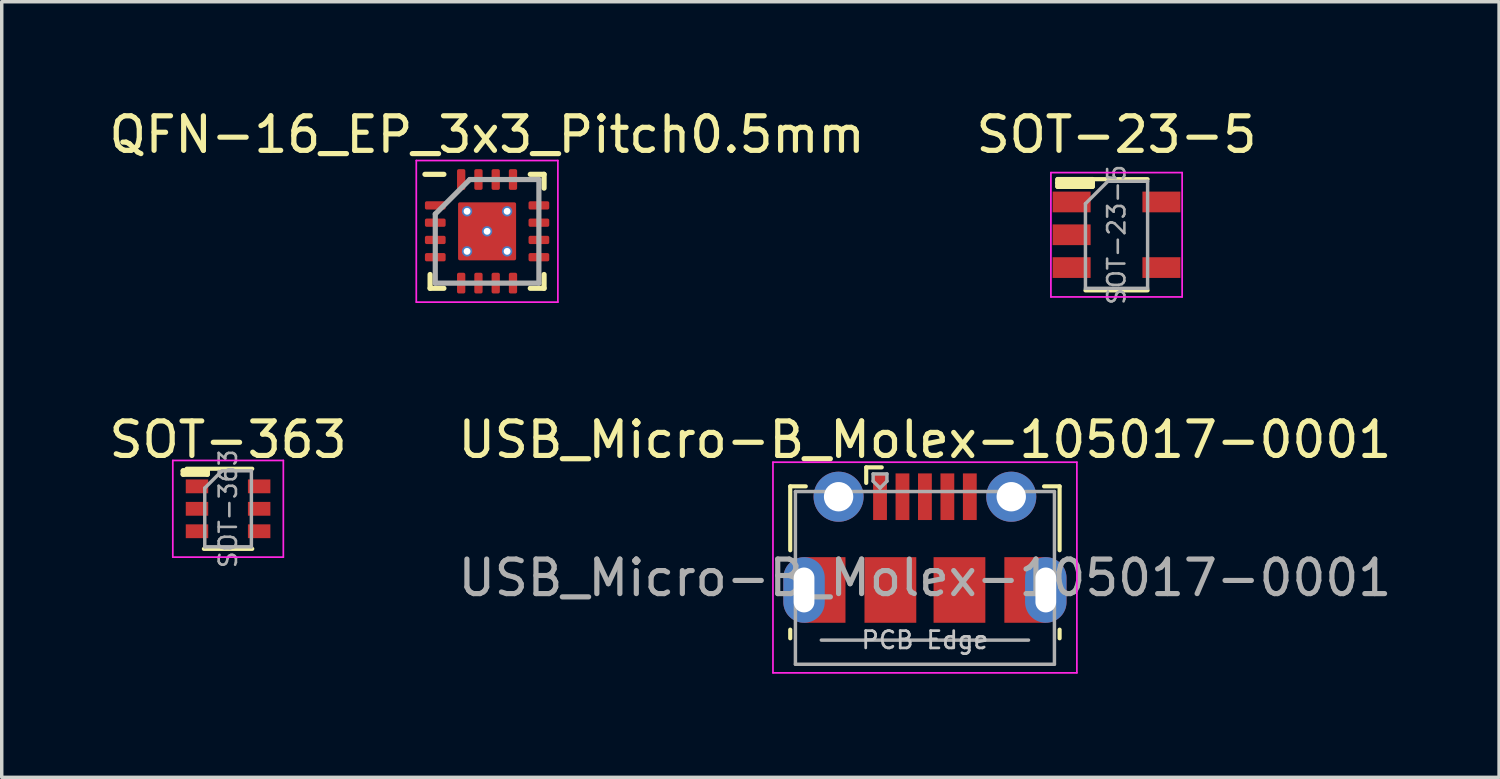
<source format=kicad_pcb>
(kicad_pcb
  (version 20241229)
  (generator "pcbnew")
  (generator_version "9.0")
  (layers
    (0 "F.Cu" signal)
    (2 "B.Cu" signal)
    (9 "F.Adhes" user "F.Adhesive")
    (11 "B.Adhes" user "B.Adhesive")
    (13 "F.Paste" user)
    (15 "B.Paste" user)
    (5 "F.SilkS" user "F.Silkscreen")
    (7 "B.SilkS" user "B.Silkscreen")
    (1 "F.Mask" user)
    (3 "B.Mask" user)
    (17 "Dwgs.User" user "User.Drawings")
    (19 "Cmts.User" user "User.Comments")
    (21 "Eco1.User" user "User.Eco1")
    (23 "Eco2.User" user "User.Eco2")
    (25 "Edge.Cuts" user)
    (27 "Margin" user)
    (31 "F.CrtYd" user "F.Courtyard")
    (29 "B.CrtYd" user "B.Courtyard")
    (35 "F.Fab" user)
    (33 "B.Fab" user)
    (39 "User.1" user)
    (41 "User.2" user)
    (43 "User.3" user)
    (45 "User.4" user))
  (footprint "SOT-23-5"
    (layer "F.Cu")
    (at 29.28 3.748)
    (property "Reference" "SOT-23-5" (at 0 -2.9 0) (layer "F.SilkS") (effects (font (size 1 1) (thickness 0.15))))
    (attr smd)
    (fp_line (start -1.7 -1.6) (end -1.7 -1.5) (stroke (width 0.15) (type solid)) (layer "F.SilkS"))
    (fp_line (start -1.7 -1.6) (end -0.7 -1.6) (stroke (width 0.15) (type solid)) (layer "F.SilkS"))
    (fp_line (start -1.7 -1.5) (end -0.7 -1.5) (stroke (width 0.15) (type solid)) (layer "F.SilkS"))
    (fp_line (start -1.7 -1.4) (end -1.7 -1.5) (stroke (width 0.15) (type solid)) (layer "F.SilkS"))
    (fp_line (start -0.9 1.61) (end 0.9 1.61) (stroke (width 0.12) (type solid)) (layer "F.SilkS"))
    (fp_line (start -0.7 -1.6) (end -0.7 -1.5) (stroke (width 0.15) (type solid)) (layer "F.SilkS"))
    (fp_line (start -0.7 -1.5) (end -0.7 -1.4) (stroke (width 0.15) (type solid)) (layer "F.SilkS"))
    (fp_line (start -0.7 -1.4) (end -1.7 -1.4) (stroke (width 0.15) (type solid)) (layer "F.SilkS"))
    (fp_line (start 0.9 -1.61) (end -1.55 -1.61) (stroke (width 0.12) (type solid)) (layer "F.SilkS"))
    (fp_line (start -1.9 -1.8) (end 1.9 -1.8) (stroke (width 0.05) (type solid)) (layer "F.CrtYd"))
    (fp_line (start -1.9 1.8) (end -1.9 -1.8) (stroke (width 0.05) (type solid)) (layer "F.CrtYd"))
    (fp_line (start 1.9 -1.8) (end 1.9 1.8) (stroke (width 0.05) (type solid)) (layer "F.CrtYd"))
    (fp_line (start 1.9 1.8) (end -1.9 1.8) (stroke (width 0.05) (type solid)) (layer "F.CrtYd"))
    (fp_line (start -0.9 -0.9) (end -0.9 1.55) (stroke (width 0.1) (type solid)) (layer "F.Fab"))
    (fp_line (start -0.9 -0.9) (end -0.25 -1.55) (stroke (width 0.1) (type solid)) (layer "F.Fab"))
    (fp_line (start 0.9 -1.55) (end -0.25 -1.55) (stroke (width 0.1) (type solid)) (layer "F.Fab"))
    (fp_line (start 0.9 -1.55) (end 0.9 1.55) (stroke (width 0.1) (type solid)) (layer "F.Fab"))
    (fp_line (start 0.9 1.55) (end -0.9 1.55) (stroke (width 0.1) (type solid)) (layer "F.Fab"))
    (fp_text user "${REFERENCE}" (at 0 0 90) (layer "F.Fab") (effects (font (size 0.5 0.5) (thickness 0.075))))
    (pad "1" smd rect (at -1.3 -0.95) (size 1.1 0.6) (layers "F.Cu" "F.Mask" "F.Paste"))
    (pad "2" smd rect (at -1.3 0) (size 1.1 0.6) (layers "F.Cu" "F.Mask" "F.Paste"))
    (pad "3" smd rect (at -1.3 0.95) (size 1.1 0.6) (layers "F.Cu" "F.Mask" "F.Paste"))
    (pad "4" smd rect (at 1.3 0.95) (size 1.1 0.6) (layers "F.Cu" "F.Mask" "F.Paste"))
    (pad "5" smd rect (at 1.3 -0.95) (size 1.1 0.6) (layers "F.Cu" "F.Mask" "F.Paste")))
  (footprint "QFN-16_EP_3x3_Pitch0.5mm"
    (layer "F.Cu")
    (at 11.054 3.648)
    (property "Reference" "QFN-16_EP_3x3_Pitch0.5mm" (at 0 -2.8 0) (layer "F.SilkS") (effects (font (size 1 1) (thickness 0.15))))
    (attr smd)
    (fp_line (start -1.65 1.65) (end -1.65 1.25) (stroke (width 0.15) (type solid)) (layer "F.SilkS"))
    (fp_line (start -1.25 -1.65) (end -1.8 -1.65) (stroke (width 0.15) (type solid)) (layer "F.SilkS"))
    (fp_line (start -1.25 1.65) (end -1.65 1.65) (stroke (width 0.15) (type solid)) (layer "F.SilkS"))
    (fp_line (start 1.25 -1.65) (end 1.65 -1.65) (stroke (width 0.15) (type solid)) (layer "F.SilkS"))
    (fp_line (start 1.25 1.65) (end 1.65 1.65) (stroke (width 0.15) (type solid)) (layer "F.SilkS"))
    (fp_line (start 1.65 -1.65) (end 1.65 -1.25) (stroke (width 0.15) (type solid)) (layer "F.SilkS"))
    (fp_line (start 1.65 1.65) (end 1.65 1.25) (stroke (width 0.15) (type solid)) (layer "F.SilkS"))
    (fp_line (start -2.05 -2.05) (end 2.05 -2.05) (stroke (width 0.05) (type solid)) (layer "F.CrtYd"))
    (fp_line (start -2.05 2.05) (end -2.05 -2.05) (stroke (width 0.05) (type solid)) (layer "F.CrtYd"))
    (fp_line (start 2.05 -2.05) (end 2.05 2.05) (stroke (width 0.05) (type solid)) (layer "F.CrtYd"))
    (fp_line (start 2.05 2.05) (end -2.05 2.05) (stroke (width 0.05) (type solid)) (layer "F.CrtYd"))
    (fp_line (start -1.5 -0.5) (end -1.5 1.5) (stroke (width 0.15) (type solid)) (layer "F.Fab"))
    (fp_line (start -1.5 1.5) (end 1.5 1.5) (stroke (width 0.15) (type solid)) (layer "F.Fab"))
    (fp_line (start -0.5 -1.5) (end -1.5 -0.5) (stroke (width 0.15) (type solid)) (layer "F.Fab"))
    (fp_line (start 1.5 -1.5) (end -0.5 -1.5) (stroke (width 0.15) (type solid)) (layer "F.Fab"))
    (fp_line (start 1.5 1.5) (end 1.5 -1.5) (stroke (width 0.15) (type solid)) (layer "F.Fab"))
    (pad "1" smd roundrect (at -1.5 -0.75 90) (size 0.24 0.6) (layers "F.Cu" "F.Mask" "F.Paste") (roundrect_rratio 0.21))
    (pad "2" smd roundrect (at -1.5 -0.25 90) (size 0.24 0.6) (layers "F.Cu" "F.Mask" "F.Paste") (roundrect_rratio 0.21))
    (pad "3" smd roundrect (at -1.5 0.25 90) (size 0.24 0.6) (layers "F.Cu" "F.Mask" "F.Paste") (roundrect_rratio 0.21))
    (pad "4" smd roundrect (at -1.5 0.75 90) (size 0.24 0.6) (layers "F.Cu" "F.Mask" "F.Paste") (roundrect_rratio 0.21))
    (pad "5" smd roundrect (at -0.75 1.5) (size 0.24 0.6) (layers "F.Cu" "F.Mask" "F.Paste") (roundrect_rratio 0.21))
    (pad "6" smd roundrect (at -0.25 1.5) (size 0.24 0.6) (layers "F.Cu" "F.Mask" "F.Paste") (roundrect_rratio 0.21))
    (pad "7" smd roundrect (at 0.25 1.5) (size 0.24 0.6) (layers "F.Cu" "F.Mask" "F.Paste") (roundrect_rratio 0.21))
    (pad "8" smd roundrect (at 0.75 1.5) (size 0.24 0.6) (layers "F.Cu" "F.Mask" "F.Paste") (roundrect_rratio 0.21))
    (pad "9" smd roundrect (at 1.5 0.75 90) (size 0.24 0.6) (layers "F.Cu" "F.Mask" "F.Paste") (roundrect_rratio 0.21))
    (pad "10" smd roundrect (at 1.5 0.25 90) (size 0.24 0.6) (layers "F.Cu" "F.Mask" "F.Paste") (roundrect_rratio 0.21))
    (pad "11" smd roundrect (at 1.5 -0.25 90) (size 0.24 0.6) (layers "F.Cu" "F.Mask" "F.Paste") (roundrect_rratio 0.21))
    (pad "12" smd roundrect (at 1.5 -0.75 90) (size 0.24 0.6) (layers "F.Cu" "F.Mask" "F.Paste") (roundrect_rratio 0.21))
    (pad "13" smd roundrect (at 0.75 -1.5) (size 0.24 0.6) (layers "F.Cu" "F.Mask" "F.Paste") (roundrect_rratio 0.21))
    (pad "14" smd roundrect (at 0.25 -1.5) (size 0.24 0.6) (layers "F.Cu" "F.Mask" "F.Paste") (roundrect_rratio 0.21))
    (pad "15" smd roundrect (at -0.25 -1.5) (size 0.24 0.6) (layers "F.Cu" "F.Mask" "F.Paste") (roundrect_rratio 0.21))
    (pad "16" smd roundrect (at -0.75 -1.5) (size 0.24 0.6) (layers "F.Cu" "F.Mask" "F.Paste") (roundrect_rratio 0.21))
    (pad "17" thru_hole circle (at -0.58 -0.58) (size 0.3 0.3) (drill 0.2) (layers "*.Cu" "*.Mask"))
    (pad "17" thru_hole circle (at -0.58 0.58) (size 0.3 0.3) (drill 0.2) (layers "*.Cu" "*.Mask"))
    (pad "17" thru_hole circle (at 0 0) (size 0.3 0.3) (drill 0.2) (layers "*.Cu" "*.Mask"))
    (pad "17" smd roundrect (at 0 0) (size 1.68 1.68) (layers "F.Cu" "F.Mask" "F.Paste") (roundrect_rratio 0.03))
    (pad "17" thru_hole circle (at 0.58 -0.58) (size 0.3 0.3) (drill 0.2) (layers "*.Cu" "*.Mask"))
    (pad "17" thru_hole circle (at 0.58 0.58) (size 0.3 0.3) (drill 0.2) (layers "*.Cu" "*.Mask")))
  (footprint "SOT-363"
    (layer "F.Cu")
    (at 3.554 11.683)
    (property "Reference" "SOT-363" (at 0 -2 0) (layer "F.SilkS") (effects (font (size 1 1) (thickness 0.15))))
    (attr smd)
    (fp_line (start -1.3 -1.1) (end -0.6 -1.1) (stroke (width 0.15) (type solid)) (layer "F.SilkS"))
    (fp_line (start -1.3 -1) (end -1.3 -1.1) (stroke (width 0.15) (type solid)) (layer "F.SilkS"))
    (fp_line (start -0.7 1.16) (end 0.7 1.16) (stroke (width 0.12) (type solid)) (layer "F.SilkS"))
    (fp_line (start -0.6 -1.1) (end -0.6 -1) (stroke (width 0.15) (type solid)) (layer "F.SilkS"))
    (fp_line (start -0.6 -1) (end -1.3 -1) (stroke (width 0.15) (type solid)) (layer "F.SilkS"))
    (fp_line (start 0.7 -1.16) (end -1.2 -1.16) (stroke (width 0.12) (type solid)) (layer "F.SilkS"))
    (fp_line (start -1.6 -1.4) (end -1.6 1.4) (stroke (width 0.05) (type solid)) (layer "F.CrtYd"))
    (fp_line (start -1.6 -1.4) (end 1.6 -1.4) (stroke (width 0.05) (type solid)) (layer "F.CrtYd"))
    (fp_line (start -1.6 1.4) (end 1.6 1.4) (stroke (width 0.05) (type solid)) (layer "F.CrtYd"))
    (fp_line (start 1.6 1.4) (end 1.6 -1.4) (stroke (width 0.05) (type solid)) (layer "F.CrtYd"))
    (fp_line (start -0.675 -0.6) (end -0.675 1.1) (stroke (width 0.1) (type solid)) (layer "F.Fab"))
    (fp_line (start -0.175 -1.1) (end -0.675 -0.6) (stroke (width 0.1) (type solid)) (layer "F.Fab"))
    (fp_line (start 0.675 -1.1) (end -0.175 -1.1) (stroke (width 0.1) (type solid)) (layer "F.Fab"))
    (fp_line (start 0.675 -1.1) (end 0.675 1.1) (stroke (width 0.1) (type solid)) (layer "F.Fab"))
    (fp_line (start 0.675 1.1) (end -0.675 1.1) (stroke (width 0.1) (type solid)) (layer "F.Fab"))
    (fp_text user "${REFERENCE}" (at 0 0 90) (layer "F.Fab") (effects (font (size 0.5 0.5) (thickness 0.075))))
    (pad "1" smd rect (at -0.9 -0.65) (size 0.65 0.4) (layers "F.Cu" "F.Mask" "F.Paste"))
    (pad "2" smd rect (at -0.9 0) (size 0.65 0.4) (layers "F.Cu" "F.Mask" "F.Paste"))
    (pad "3" smd rect (at -0.9 0.65) (size 0.65 0.4) (layers "F.Cu" "F.Mask" "F.Paste"))
    (pad "4" smd rect (at 0.9 0.65) (size 0.65 0.4) (layers "F.Cu" "F.Mask" "F.Paste"))
    (pad "5" smd rect (at 0.9 0) (size 0.65 0.4) (layers "F.Cu" "F.Mask" "F.Paste"))
    (pad "6" smd rect (at 0.9 -0.65) (size 0.65 0.4) (layers "F.Cu" "F.Mask" "F.Paste")))
  (footprint "USB_Micro-B_Molex-105017-0001"
    (layer "F.Cu")
    (at 23.732 13.683)
    (property "Reference" "USB_Micro-B_Molex-105017-0001" (at 0 -4 0) (layer "F.SilkS") (effects (font (size 1 1) (thickness 0.15))))
    (attr smd)
    (fp_line (start -3.9 -2.65) (end -3.45 -2.65) (stroke (width 0.12) (type solid)) (layer "F.SilkS"))
    (fp_line (start -3.9 -0.8) (end -3.9 -2.65) (stroke (width 0.12) (type solid)) (layer "F.SilkS"))
    (fp_line (start -3.9 1.75) (end -3.9 1.5) (stroke (width 0.12) (type solid)) (layer "F.SilkS"))
    (fp_line (start -1.7 -3.2) (end -1.7 -2.75) (stroke (width 0.12) (type solid)) (layer "F.SilkS"))
    (fp_line (start -1.7 -3.2) (end -1.25 -3.2) (stroke (width 0.12) (type solid)) (layer "F.SilkS"))
    (fp_line (start 3.9 -2.65) (end 3.45 -2.65) (stroke (width 0.12) (type solid)) (layer "F.SilkS"))
    (fp_line (start 3.9 -0.8) (end 3.9 -2.65) (stroke (width 0.12) (type solid)) (layer "F.SilkS"))
    (fp_line (start 3.9 1.75) (end 3.9 1.5) (stroke (width 0.12) (type solid)) (layer "F.SilkS"))
    (fp_line (start -4.4 -3.35) (end 4.4 -3.35) (stroke (width 0.05) (type solid)) (layer "F.CrtYd"))
    (fp_line (start -4.4 2.75) (end -4.4 -3.35) (stroke (width 0.05) (type solid)) (layer "F.CrtYd"))
    (fp_line (start -4.4 2.75) (end 4.4 2.75) (stroke (width 0.05) (type solid)) (layer "F.CrtYd"))
    (fp_line (start 4.4 -3.35) (end 4.4 2.75) (stroke (width 0.05) (type solid)) (layer "F.CrtYd"))
    (fp_line (start -3.75 -2.5) (end 3.75 -2.5) (stroke (width 0.1) (type solid)) (layer "F.Fab"))
    (fp_line (start -3.75 2.5) (end -3.75 -2.5) (stroke (width 0.1) (type solid)) (layer "F.Fab"))
    (fp_line (start -3.75 2.502) (end 3.75 2.502) (stroke (width 0.1) (type solid)) (layer "F.Fab"))
    (fp_line (start -3 1.802) (end 3 1.802) (stroke (width 0.1) (type solid)) (layer "F.Fab"))
    (fp_line (start -1.5 -3.01) (end -1.5 -2.8) (stroke (width 0.1) (type solid)) (layer "F.Fab"))
    (fp_line (start -1.5 -3.01) (end -1.1 -3.01) (stroke (width 0.1) (type solid)) (layer "F.Fab"))
    (fp_line (start -1.3 -2.6) (end -1.5 -2.8) (stroke (width 0.1) (type solid)) (layer "F.Fab"))
    (fp_line (start -1.1 -3.01) (end -1.1 -2.8) (stroke (width 0.1) (type solid)) (layer "F.Fab"))
    (fp_line (start -1.1 -2.8) (end -1.3 -2.6) (stroke (width 0.1) (type solid)) (layer "F.Fab"))
    (fp_line (start 3.75 2.5) (end 3.75 -2.5) (stroke (width 0.1) (type solid)) (layer "F.Fab"))
    (fp_text user "PCB Edge" (at 0 1.8 0) (layer "Dwgs.User") (effects (font (size 0.5 0.5) (thickness 0.08))))
    (fp_text user "${REFERENCE}" (at 0 0 0) (layer "F.Fab") (effects (font (size 1 1) (thickness 0.15))))
    (pad "1" smd rect (at -1.3 -2.35) (size 0.4 1.35) (layers "F.Cu" "F.Mask" "F.Paste"))
    (pad "2" smd rect (at -0.65 -2.35) (size 0.4 1.35) (layers "F.Cu" "F.Mask" "F.Paste"))
    (pad "3" smd rect (at 0 -2.35) (size 0.4 1.35) (layers "F.Cu" "F.Mask" "F.Paste"))
    (pad "4" smd rect (at 0.65 -2.35) (size 0.4 1.35) (layers "F.Cu" "F.Mask" "F.Paste"))
    (pad "5" smd rect (at 1.3 -2.35) (size 0.4 1.35) (layers "F.Cu" "F.Mask" "F.Paste"))
    (pad "S1" thru_hole oval (at -3.5 0.35 180) (size 1.2 1.9) (drill oval 0.6 1.3) (layers "*.Cu" "*.Mask"))
    (pad "S1" smd rect (at -2.9 0.35) (size 1.2 1.9) (layers "F.Cu" "F.Mask"))
    (pad "S1" smd rect (at -1 0.35) (size 1.5 1.9) (layers "F.Cu" "F.Mask" "F.Paste"))
    (pad "S2" smd rect (at 1 0.35) (size 1.5 1.9) (layers "F.Cu" "F.Mask" "F.Paste"))
    (pad "S2" smd rect (at 2.9 0.35) (size 1.2 1.9) (layers "F.Cu" "F.Mask"))
    (pad "S2" thru_hole oval (at 3.5 0.35) (size 1.2 1.9) (drill oval 0.6 1.3) (layers "*.Cu" "*.Mask"))
    (pad "S3" thru_hole circle (at 2.5 -2.35) (size 1.45 1.45) (drill 0.85) (layers "*.Cu" "*.Mask"))
    (pad "S4" thru_hole circle (at -2.5 -2.35) (size 1.45 1.45) (drill 0.85) (layers "*.Cu" "*.Mask")))
  (gr_rect
    (start -3 -3)
    (end 40.357 19.458)
    (stroke (width 0.1) (type default))
    (fill no)
    (layer "Edge.Cuts")))
</source>
